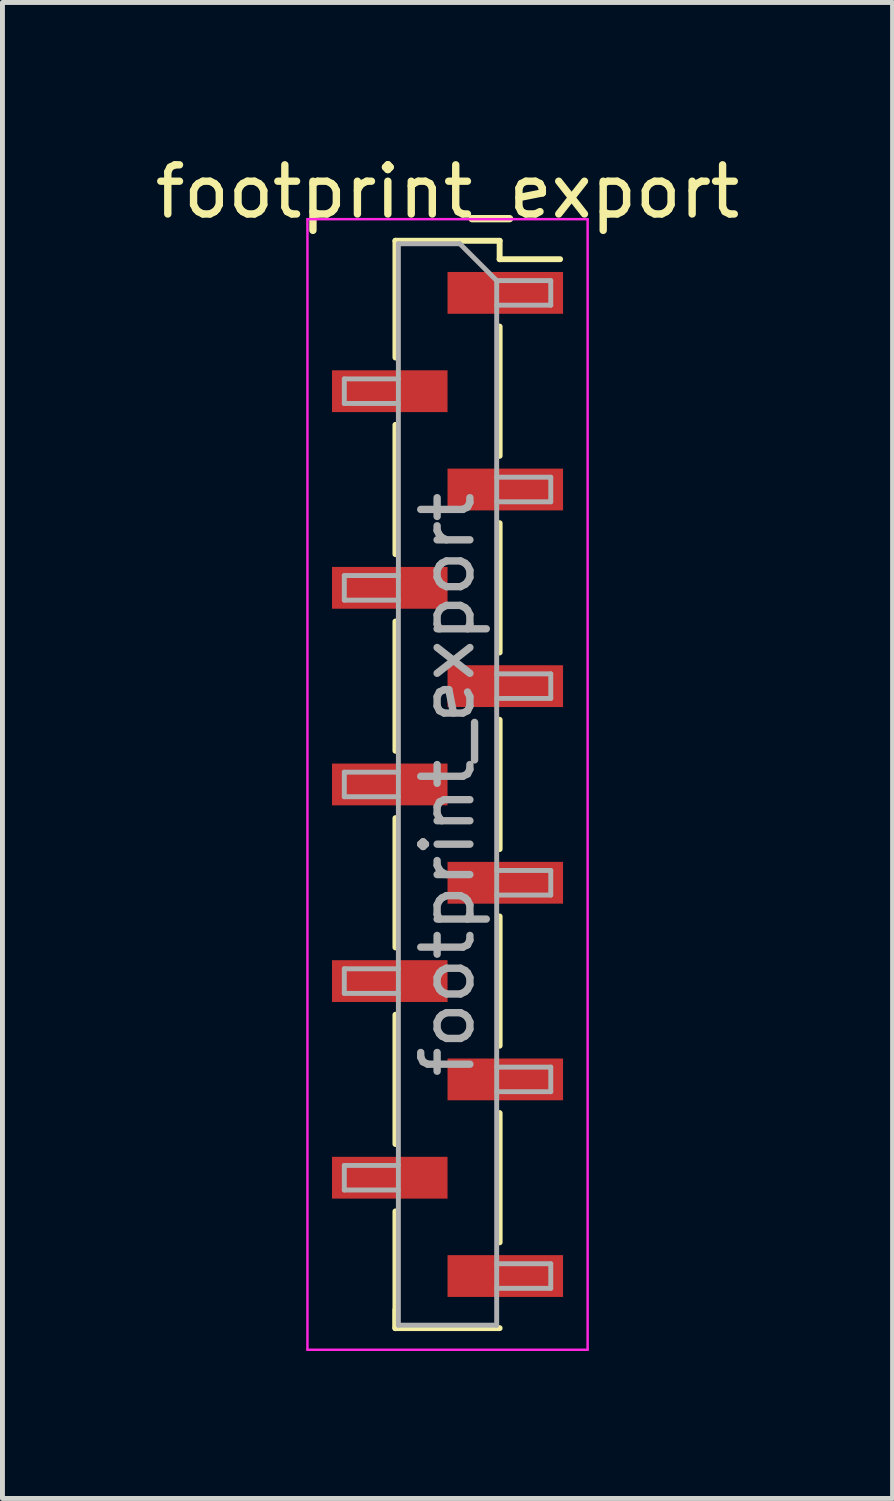
<source format=kicad_pcb>
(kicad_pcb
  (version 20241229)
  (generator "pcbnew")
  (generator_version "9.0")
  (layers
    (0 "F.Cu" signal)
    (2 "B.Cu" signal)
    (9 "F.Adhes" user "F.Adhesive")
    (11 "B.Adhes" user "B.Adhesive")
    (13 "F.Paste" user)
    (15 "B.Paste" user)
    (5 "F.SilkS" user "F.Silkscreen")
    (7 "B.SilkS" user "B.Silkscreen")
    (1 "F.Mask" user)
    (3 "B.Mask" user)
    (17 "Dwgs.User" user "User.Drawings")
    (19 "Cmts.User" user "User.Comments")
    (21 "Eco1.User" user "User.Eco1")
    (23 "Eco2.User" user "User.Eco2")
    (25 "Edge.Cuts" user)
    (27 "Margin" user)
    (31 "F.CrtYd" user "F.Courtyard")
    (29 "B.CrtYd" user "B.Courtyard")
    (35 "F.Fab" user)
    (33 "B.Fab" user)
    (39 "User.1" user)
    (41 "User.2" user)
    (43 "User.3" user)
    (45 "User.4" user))
  (footprint "footprint_export"
    (layer "F.Cu")
    (at 6.054 12.908)
    (property "Reference" "footprint_export" (at 0 -12.06 0) (layer "F.SilkS") (effects (font (size 1 1) (thickness 0.15))))
    (attr smd)
    (fp_line (start -1.06 -11.06) (end -1.06 -8.685) (stroke (width 0.12) (type solid)) (layer "F.SilkS"))
    (fp_line (start -1.06 -11.06) (end 1.06 -11.06) (stroke (width 0.12) (type solid)) (layer "F.SilkS"))
    (fp_line (start -1.06 -7.315) (end -1.06 -4.685) (stroke (width 0.12) (type solid)) (layer "F.SilkS"))
    (fp_line (start -1.06 -3.315) (end -1.06 -0.685) (stroke (width 0.12) (type solid)) (layer "F.SilkS"))
    (fp_line (start -1.06 0.685) (end -1.06 3.315) (stroke (width 0.12) (type solid)) (layer "F.SilkS"))
    (fp_line (start -1.06 4.685) (end -1.06 7.315) (stroke (width 0.12) (type solid)) (layer "F.SilkS"))
    (fp_line (start -1.06 8.685) (end -1.06 11.06) (stroke (width 0.12) (type solid)) (layer "F.SilkS"))
    (fp_line (start -1.06 10.685) (end -1.06 11.06) (stroke (width 0.12) (type solid)) (layer "F.SilkS"))
    (fp_line (start -1.06 11.06) (end 1.06 11.06) (stroke (width 0.12) (type solid)) (layer "F.SilkS"))
    (fp_line (start 1.06 -11.06) (end 1.06 -10.685) (stroke (width 0.12) (type solid)) (layer "F.SilkS"))
    (fp_line (start 1.06 -10.685) (end 2.29 -10.685) (stroke (width 0.12) (type solid)) (layer "F.SilkS"))
    (fp_line (start 1.06 -9.315) (end 1.06 -6.685) (stroke (width 0.12) (type solid)) (layer "F.SilkS"))
    (fp_line (start 1.06 -5.315) (end 1.06 -2.685) (stroke (width 0.12) (type solid)) (layer "F.SilkS"))
    (fp_line (start 1.06 -1.315) (end 1.06 1.315) (stroke (width 0.12) (type solid)) (layer "F.SilkS"))
    (fp_line (start 1.06 2.685) (end 1.06 5.315) (stroke (width 0.12) (type solid)) (layer "F.SilkS"))
    (fp_line (start 1.06 6.685) (end 1.06 9.315) (stroke (width 0.12) (type solid)) (layer "F.SilkS"))
    (fp_line (start -2.85 -11.5) (end -2.85 11.5) (stroke (width 0.05) (type solid)) (layer "F.CrtYd"))
    (fp_line (start -2.85 11.5) (end 2.85 11.5) (stroke (width 0.05) (type solid)) (layer "F.CrtYd"))
    (fp_line (start 2.85 -11.5) (end -2.85 -11.5) (stroke (width 0.05) (type solid)) (layer "F.CrtYd"))
    (fp_line (start 2.85 11.5) (end 2.85 -11.5) (stroke (width 0.05) (type solid)) (layer "F.CrtYd"))
    (fp_line (start -2.1 -8.25) (end -2.1 -7.75) (stroke (width 0.1) (type solid)) (layer "F.Fab"))
    (fp_line (start -2.1 -7.75) (end -1 -7.75) (stroke (width 0.1) (type solid)) (layer "F.Fab"))
    (fp_line (start -2.1 -4.25) (end -2.1 -3.75) (stroke (width 0.1) (type solid)) (layer "F.Fab"))
    (fp_line (start -2.1 -3.75) (end -1 -3.75) (stroke (width 0.1) (type solid)) (layer "F.Fab"))
    (fp_line (start -2.1 -0.25) (end -2.1 0.25) (stroke (width 0.1) (type solid)) (layer "F.Fab"))
    (fp_line (start -2.1 0.25) (end -1 0.25) (stroke (width 0.1) (type solid)) (layer "F.Fab"))
    (fp_line (start -2.1 3.75) (end -2.1 4.25) (stroke (width 0.1) (type solid)) (layer "F.Fab"))
    (fp_line (start -2.1 4.25) (end -1 4.25) (stroke (width 0.1) (type solid)) (layer "F.Fab"))
    (fp_line (start -2.1 7.75) (end -2.1 8.25) (stroke (width 0.1) (type solid)) (layer "F.Fab"))
    (fp_line (start -2.1 8.25) (end -1 8.25) (stroke (width 0.1) (type solid)) (layer "F.Fab"))
    (fp_line (start -1 -11) (end -1 11) (stroke (width 0.1) (type solid)) (layer "F.Fab"))
    (fp_line (start -1 -11) (end 0.25 -11) (stroke (width 0.1) (type solid)) (layer "F.Fab"))
    (fp_line (start -1 -8.25) (end -2.1 -8.25) (stroke (width 0.1) (type solid)) (layer "F.Fab"))
    (fp_line (start -1 -4.25) (end -2.1 -4.25) (stroke (width 0.1) (type solid)) (layer "F.Fab"))
    (fp_line (start -1 -0.25) (end -2.1 -0.25) (stroke (width 0.1) (type solid)) (layer "F.Fab"))
    (fp_line (start -1 3.75) (end -2.1 3.75) (stroke (width 0.1) (type solid)) (layer "F.Fab"))
    (fp_line (start -1 7.75) (end -2.1 7.75) (stroke (width 0.1) (type solid)) (layer "F.Fab"))
    (fp_line (start 1 -10.25) (end 0.25 -11) (stroke (width 0.1) (type solid)) (layer "F.Fab"))
    (fp_line (start 1 -10.25) (end 2.1 -10.25) (stroke (width 0.1) (type solid)) (layer "F.Fab"))
    (fp_line (start 1 -6.25) (end 2.1 -6.25) (stroke (width 0.1) (type solid)) (layer "F.Fab"))
    (fp_line (start 1 -2.25) (end 2.1 -2.25) (stroke (width 0.1) (type solid)) (layer "F.Fab"))
    (fp_line (start 1 1.75) (end 2.1 1.75) (stroke (width 0.1) (type solid)) (layer "F.Fab"))
    (fp_line (start 1 5.75) (end 2.1 5.75) (stroke (width 0.1) (type solid)) (layer "F.Fab"))
    (fp_line (start 1 9.75) (end 2.1 9.75) (stroke (width 0.1) (type solid)) (layer "F.Fab"))
    (fp_line (start 1 11) (end -1 11) (stroke (width 0.1) (type solid)) (layer "F.Fab"))
    (fp_line (start 1 11) (end 1 -10.25) (stroke (width 0.1) (type solid)) (layer "F.Fab"))
    (fp_line (start 2.1 -10.25) (end 2.1 -9.75) (stroke (width 0.1) (type solid)) (layer "F.Fab"))
    (fp_line (start 2.1 -9.75) (end 1 -9.75) (stroke (width 0.1) (type solid)) (layer "F.Fab"))
    (fp_line (start 2.1 -6.25) (end 2.1 -5.75) (stroke (width 0.1) (type solid)) (layer "F.Fab"))
    (fp_line (start 2.1 -5.75) (end 1 -5.75) (stroke (width 0.1) (type solid)) (layer "F.Fab"))
    (fp_line (start 2.1 -2.25) (end 2.1 -1.75) (stroke (width 0.1) (type solid)) (layer "F.Fab"))
    (fp_line (start 2.1 -1.75) (end 1 -1.75) (stroke (width 0.1) (type solid)) (layer "F.Fab"))
    (fp_line (start 2.1 1.75) (end 2.1 2.25) (stroke (width 0.1) (type solid)) (layer "F.Fab"))
    (fp_line (start 2.1 2.25) (end 1 2.25) (stroke (width 0.1) (type solid)) (layer "F.Fab"))
    (fp_line (start 2.1 5.75) (end 2.1 6.25) (stroke (width 0.1) (type solid)) (layer "F.Fab"))
    (fp_line (start 2.1 6.25) (end 1 6.25) (stroke (width 0.1) (type solid)) (layer "F.Fab"))
    (fp_line (start 2.1 9.75) (end 2.1 10.25) (stroke (width 0.1) (type solid)) (layer "F.Fab"))
    (fp_line (start 2.1 10.25) (end 1 10.25) (stroke (width 0.1) (type solid)) (layer "F.Fab"))
    (fp_text user "${REFERENCE}" (at 0 0 90) (layer "F.Fab") (effects (font (size 1 1) (thickness 0.15))))
    (pad "1" smd rect (at 1.175 -10) (size 2.35 0.85) (layers "F.Cu" "F.Mask" "F.Paste"))
    (pad "2" smd rect (at -1.175 -8) (size 2.35 0.85) (layers "F.Cu" "F.Mask" "F.Paste"))
    (pad "3" smd rect (at 1.175 -6) (size 2.35 0.85) (layers "F.Cu" "F.Mask" "F.Paste"))
    (pad "4" smd rect (at -1.175 -4) (size 2.35 0.85) (layers "F.Cu" "F.Mask" "F.Paste"))
    (pad "5" smd rect (at 1.175 -2) (size 2.35 0.85) (layers "F.Cu" "F.Mask" "F.Paste"))
    (pad "6" smd rect (at -1.175 0) (size 2.35 0.85) (layers "F.Cu" "F.Mask" "F.Paste"))
    (pad "7" smd rect (at 1.175 2) (size 2.35 0.85) (layers "F.Cu" "F.Mask" "F.Paste"))
    (pad "8" smd rect (at -1.175 4) (size 2.35 0.85) (layers "F.Cu" "F.Mask" "F.Paste"))
    (pad "9" smd rect (at 1.175 6) (size 2.35 0.85) (layers "F.Cu" "F.Mask" "F.Paste"))
    (pad "10" smd rect (at -1.175 8) (size 2.35 0.85) (layers "F.Cu" "F.Mask" "F.Paste"))
    (pad "11" smd rect (at 1.175 10) (size 2.35 0.85) (layers "F.Cu" "F.Mask" "F.Paste")))
  (gr_rect
    (start -3 -3)
    (end 15.107 27.433)
    (stroke (width 0.1) (type default))
    (fill no)
    (layer "Edge.Cuts")))
</source>
